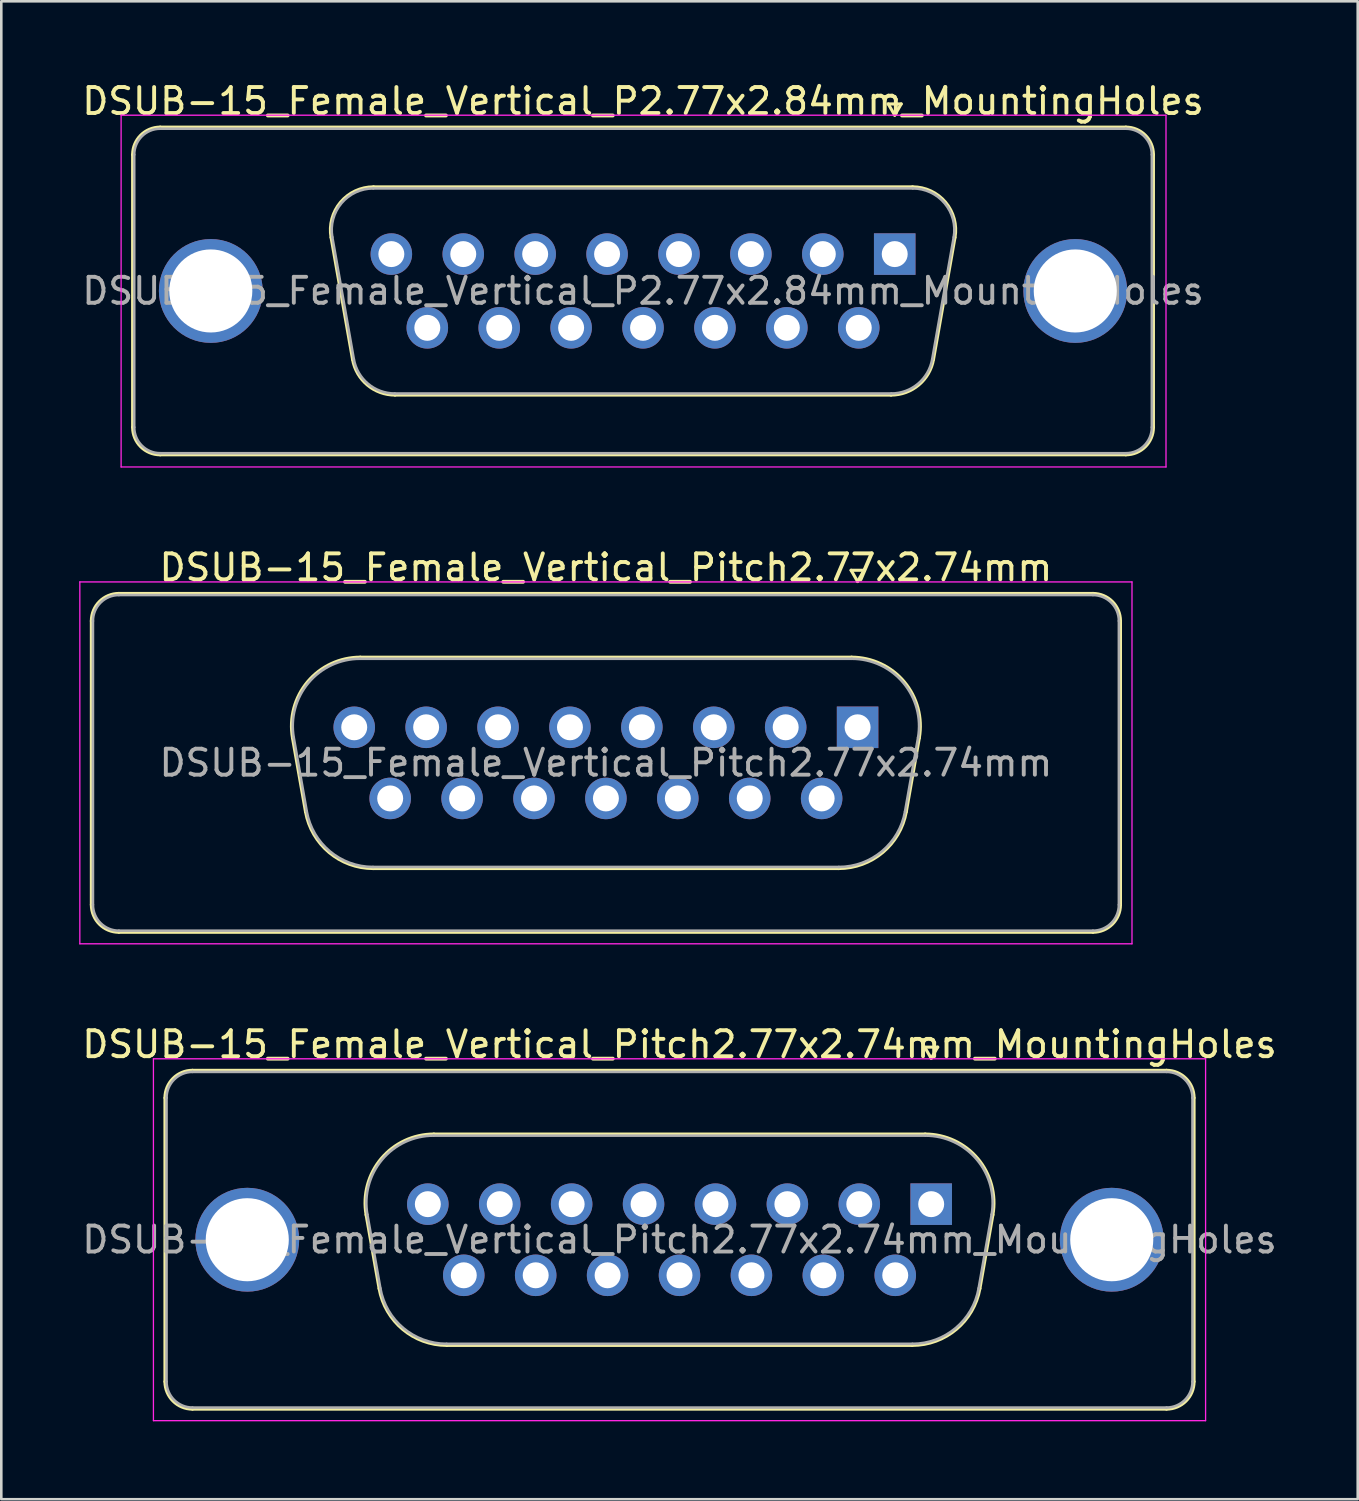
<source format=kicad_pcb>
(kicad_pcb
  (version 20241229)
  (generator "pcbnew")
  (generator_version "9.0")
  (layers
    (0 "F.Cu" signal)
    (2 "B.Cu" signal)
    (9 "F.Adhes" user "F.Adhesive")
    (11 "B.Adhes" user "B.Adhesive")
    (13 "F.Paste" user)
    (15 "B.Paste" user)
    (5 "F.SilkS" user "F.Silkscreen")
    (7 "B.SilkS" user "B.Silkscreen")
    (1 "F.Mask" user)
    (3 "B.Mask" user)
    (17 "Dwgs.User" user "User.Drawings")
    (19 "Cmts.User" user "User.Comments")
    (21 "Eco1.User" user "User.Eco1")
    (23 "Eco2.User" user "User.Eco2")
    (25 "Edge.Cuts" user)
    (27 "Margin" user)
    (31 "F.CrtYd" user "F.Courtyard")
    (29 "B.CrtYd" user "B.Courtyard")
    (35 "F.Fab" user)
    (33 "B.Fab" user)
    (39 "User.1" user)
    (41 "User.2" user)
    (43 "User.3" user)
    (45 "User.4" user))
  (footprint "DSUB-15_Female_Vertical_P2.77x2.84mm_MountingHoles"
    (layer "F.Cu")
    (at 31.415 6.738)
    (property "Reference" "DSUB-15_Female_Vertical_P2.77x2.84mm_MountingHoles" (at -9.695 -5.89 0) (layer "F.SilkS") (effects (font (size 1 1) (thickness 0.15))))
    (attr through_hole)
    (fp_line (start -29.355 6.67) (end -29.355 -3.83) (stroke (width 0.12) (type solid)) (layer "F.SilkS"))
    (fp_line (start -28.295 -4.89) (end 8.905 -4.89) (stroke (width 0.12) (type solid)) (layer "F.SilkS"))
    (fp_line (start -21.711 -0.642) (end -20.883 4.058) (stroke (width 0.12) (type solid)) (layer "F.SilkS"))
    (fp_line (start -20.077 -2.59) (end 0.687 -2.59) (stroke (width 0.12) (type solid)) (layer "F.SilkS"))
    (fp_line (start -19.248 5.43) (end -0.142 5.43) (stroke (width 0.12) (type solid)) (layer "F.SilkS"))
    (fp_line (start -0.25 -5.784) (end 0.25 -5.784) (stroke (width 0.12) (type solid)) (layer "F.SilkS"))
    (fp_line (start 0 -5.351) (end -0.25 -5.784) (stroke (width 0.12) (type solid)) (layer "F.SilkS"))
    (fp_line (start 0.25 -5.784) (end 0 -5.351) (stroke (width 0.12) (type solid)) (layer "F.SilkS"))
    (fp_line (start 2.321 -0.642) (end 1.493 4.058) (stroke (width 0.12) (type solid)) (layer "F.SilkS"))
    (fp_line (start 8.905 7.73) (end -28.295 7.73) (stroke (width 0.12) (type solid)) (layer "F.SilkS"))
    (fp_line (start 9.965 -3.83) (end 9.965 6.67) (stroke (width 0.12) (type solid)) (layer "F.SilkS"))
    (fp_arc (start -29.355 -3.83) (mid -29.044533 -4.579533) (end -28.295 -4.89) (stroke (width 0.12) (type solid)) (layer "F.SilkS"))
    (fp_arc (start -28.295 7.73) (mid -29.044533 7.419533) (end -29.355 6.67) (stroke (width 0.12) (type solid)) (layer "F.SilkS"))
    (fp_arc (start -21.71147 -0.641744) (mid -21.348323 -1.997028) (end -20.076689 -2.59) (stroke (width 0.12) (type solid)) (layer "F.SilkS"))
    (fp_arc (start -19.247952 5.43) (mid -20.314979 5.041634) (end -20.882733 4.058256) (stroke (width 0.12) (type solid)) (layer "F.SilkS"))
    (fp_arc (start 0.686689 -2.59) (mid 1.958323 -1.997027) (end 2.32147 -0.641744) (stroke (width 0.12) (type solid)) (layer "F.SilkS"))
    (fp_arc (start 1.492733 4.058256) (mid 0.92498 5.041634) (end -0.142048 5.43) (stroke (width 0.12) (type solid)) (layer "F.SilkS"))
    (fp_arc (start 8.905 -4.89) (mid 9.654533 -4.579533) (end 9.965 -3.83) (stroke (width 0.12) (type solid)) (layer "F.SilkS"))
    (fp_arc (start 9.965 6.67) (mid 9.654533 7.419533) (end 8.905 7.73) (stroke (width 0.12) (type solid)) (layer "F.SilkS"))
    (fp_line (start -29.8 -5.35) (end -29.8 8.2) (stroke (width 0.05) (type solid)) (layer "F.CrtYd"))
    (fp_line (start -29.8 8.2) (end 10.45 8.2) (stroke (width 0.05) (type solid)) (layer "F.CrtYd"))
    (fp_line (start 10.45 -5.35) (end -29.8 -5.35) (stroke (width 0.05) (type solid)) (layer "F.CrtYd"))
    (fp_line (start 10.45 8.2) (end 10.45 -5.35) (stroke (width 0.05) (type solid)) (layer "F.CrtYd"))
    (fp_line (start -29.295 6.67) (end -29.295 -3.83) (stroke (width 0.1) (type solid)) (layer "F.Fab"))
    (fp_line (start -28.295 -4.83) (end 8.905 -4.83) (stroke (width 0.1) (type solid)) (layer "F.Fab"))
    (fp_line (start -21.664 -0.652) (end -20.835 4.048) (stroke (width 0.1) (type solid)) (layer "F.Fab"))
    (fp_line (start -20.088 -2.53) (end 0.698 -2.53) (stroke (width 0.1) (type solid)) (layer "F.Fab"))
    (fp_line (start -19.259 5.37) (end -0.131 5.37) (stroke (width 0.1) (type solid)) (layer "F.Fab"))
    (fp_line (start 2.274 -0.652) (end 1.445 4.048) (stroke (width 0.1) (type solid)) (layer "F.Fab"))
    (fp_line (start 8.905 7.67) (end -28.295 7.67) (stroke (width 0.1) (type solid)) (layer "F.Fab"))
    (fp_line (start 9.905 -3.83) (end 9.905 6.67) (stroke (width 0.1) (type solid)) (layer "F.Fab"))
    (fp_arc (start -29.295 -3.83) (mid -29.002107 -4.537107) (end -28.295 -4.83) (stroke (width 0.1) (type solid)) (layer "F.Fab"))
    (fp_arc (start -28.295 7.67) (mid -29.002107 7.377107) (end -29.295 6.67) (stroke (width 0.1) (type solid)) (layer "F.Fab"))
    (fp_arc (start -21.663886 -0.652163) (mid -21.313865 -1.95846) (end -20.088194 -2.53) (stroke (width 0.1) (type solid)) (layer "F.Fab"))
    (fp_arc (start -19.259457 5.37) (mid -20.287917 4.995671) (end -20.835149 4.047837) (stroke (width 0.1) (type solid)) (layer "F.Fab"))
    (fp_arc (start 0.698194 -2.53) (mid 1.923865 -1.95846) (end 2.273886 -0.652163) (stroke (width 0.1) (type solid)) (layer "F.Fab"))
    (fp_arc (start 1.445149 4.047837) (mid 0.897917 4.995671) (end -0.130543 5.37) (stroke (width 0.1) (type solid)) (layer "F.Fab"))
    (fp_arc (start 8.905 -4.83) (mid 9.612107 -4.537107) (end 9.905 -3.83) (stroke (width 0.1) (type solid)) (layer "F.Fab"))
    (fp_arc (start 9.905 6.67) (mid 9.612107 7.377107) (end 8.905 7.67) (stroke (width 0.1) (type solid)) (layer "F.Fab"))
    (fp_text user "${REFERENCE}" (at -9.695 1.42 0) (layer "F.Fab") (effects (font (size 1 1) (thickness 0.15))))
    (pad "0" thru_hole circle (at -26.345 1.42) (size 4 4) (drill 3.2) (layers "*.Cu" "*.Mask"))
    (pad "0" thru_hole circle (at 6.955 1.42) (size 4 4) (drill 3.2) (layers "*.Cu" "*.Mask"))
    (pad "1" thru_hole rect (at 0 0) (size 1.6 1.6) (drill 1) (layers "*.Cu" "*.Mask"))
    (pad "2" thru_hole circle (at -2.77 0) (size 1.6 1.6) (drill 1) (layers "*.Cu" "*.Mask"))
    (pad "3" thru_hole circle (at -5.54 0) (size 1.6 1.6) (drill 1) (layers "*.Cu" "*.Mask"))
    (pad "4" thru_hole circle (at -8.31 0) (size 1.6 1.6) (drill 1) (layers "*.Cu" "*.Mask"))
    (pad "5" thru_hole circle (at -11.08 0) (size 1.6 1.6) (drill 1) (layers "*.Cu" "*.Mask"))
    (pad "6" thru_hole circle (at -13.85 0) (size 1.6 1.6) (drill 1) (layers "*.Cu" "*.Mask"))
    (pad "7" thru_hole circle (at -16.62 0) (size 1.6 1.6) (drill 1) (layers "*.Cu" "*.Mask"))
    (pad "8" thru_hole circle (at -19.39 0) (size 1.6 1.6) (drill 1) (layers "*.Cu" "*.Mask"))
    (pad "9" thru_hole circle (at -1.385 2.84) (size 1.6 1.6) (drill 1) (layers "*.Cu" "*.Mask"))
    (pad "10" thru_hole circle (at -4.155 2.84) (size 1.6 1.6) (drill 1) (layers "*.Cu" "*.Mask"))
    (pad "11" thru_hole circle (at -6.925 2.84) (size 1.6 1.6) (drill 1) (layers "*.Cu" "*.Mask"))
    (pad "12" thru_hole circle (at -9.695 2.84) (size 1.6 1.6) (drill 1) (layers "*.Cu" "*.Mask"))
    (pad "13" thru_hole circle (at -12.465 2.84) (size 1.6 1.6) (drill 1) (layers "*.Cu" "*.Mask"))
    (pad "14" thru_hole circle (at -15.235 2.84) (size 1.6 1.6) (drill 1) (layers "*.Cu" "*.Mask"))
    (pad "15" thru_hole circle (at -18.005 2.84) (size 1.6 1.6) (drill 1) (layers "*.Cu" "*.Mask")))
  (footprint "DSUB-15_Female_Vertical_Pitch2.77x2.74mm_MountingHoles"
    (layer "F.Cu")
    (at 32.82 43.335)
    (property "Reference" "DSUB-15_Female_Vertical_Pitch2.77x2.74mm_MountingHoles" (at -9.695 -6.155 0) (layer "F.SilkS") (effects (font (size 1 1) (thickness 0.15))))
    (attr through_hole)
    (fp_line (start -29.515 6.835) (end -29.515 -4.095) (stroke (width 0.12) (type solid)) (layer "F.SilkS"))
    (fp_line (start -28.455 -5.155) (end 9.065 -5.155) (stroke (width 0.12) (type solid)) (layer "F.SilkS"))
    (fp_line (start -21.767 0.41) (end -21.266 3.25) (stroke (width 0.12) (type solid)) (layer "F.SilkS"))
    (fp_line (start -19.157 -2.7) (end -0.233 -2.7) (stroke (width 0.12) (type solid)) (layer "F.SilkS"))
    (fp_line (start -18.656 5.44) (end -0.734 5.44) (stroke (width 0.12) (type solid)) (layer "F.SilkS"))
    (fp_line (start -0.25 -6.049) (end 0.25 -6.049) (stroke (width 0.12) (type solid)) (layer "F.SilkS"))
    (fp_line (start 0 -5.616) (end -0.25 -6.049) (stroke (width 0.12) (type solid)) (layer "F.SilkS"))
    (fp_line (start 0.25 -6.049) (end 0 -5.616) (stroke (width 0.12) (type solid)) (layer "F.SilkS"))
    (fp_line (start 2.377 0.41) (end 1.876 3.25) (stroke (width 0.12) (type solid)) (layer "F.SilkS"))
    (fp_line (start 9.065 7.895) (end -28.455 7.895) (stroke (width 0.12) (type solid)) (layer "F.SilkS"))
    (fp_line (start 10.125 -4.095) (end 10.125 6.835) (stroke (width 0.12) (type solid)) (layer "F.SilkS"))
    (fp_arc (start -29.515 -4.095) (mid -29.204533 -4.844533) (end -28.455 -5.155) (stroke (width 0.12) (type solid)) (layer "F.SilkS"))
    (fp_arc (start -28.455 7.895) (mid -29.204533 7.584533) (end -29.515 6.835) (stroke (width 0.12) (type solid)) (layer "F.SilkS"))
    (fp_arc (start -21.766594 0.410168) (mid -21.186871 -1.753387) (end -19.156853 -2.7) (stroke (width 0.12) (type solid)) (layer "F.SilkS"))
    (fp_arc (start -18.656084 5.44) (mid -20.359471 4.820018) (end -21.265825 3.250168) (stroke (width 0.12) (type solid)) (layer "F.SilkS"))
    (fp_arc (start -0.233147 -2.7) (mid 1.796871 -1.753387) (end 2.376594 0.410168) (stroke (width 0.12) (type solid)) (layer "F.SilkS"))
    (fp_arc (start 1.875825 3.250168) (mid 0.969471 4.820018) (end -0.733916 5.44) (stroke (width 0.12) (type solid)) (layer "F.SilkS"))
    (fp_arc (start 9.065 -5.155) (mid 9.814533 -4.844533) (end 10.125 -4.095) (stroke (width 0.12) (type solid)) (layer "F.SilkS"))
    (fp_arc (start 10.125 6.835) (mid 9.814533 7.584533) (end 9.065 7.895) (stroke (width 0.12) (type solid)) (layer "F.SilkS"))
    (fp_line (start -29.96 -5.6) (end -29.96 8.34) (stroke (width 0.05) (type solid)) (layer "F.CrtYd"))
    (fp_line (start -29.96 8.34) (end 10.57 8.34) (stroke (width 0.05) (type solid)) (layer "F.CrtYd"))
    (fp_line (start 10.57 -5.6) (end -29.96 -5.6) (stroke (width 0.05) (type solid)) (layer "F.CrtYd"))
    (fp_line (start 10.57 8.34) (end 10.57 -5.6) (stroke (width 0.05) (type solid)) (layer "F.CrtYd"))
    (fp_line (start -29.455 6.835) (end -29.455 -4.095) (stroke (width 0.1) (type solid)) (layer "F.Fab"))
    (fp_line (start -28.455 -5.095) (end 9.065 -5.095) (stroke (width 0.1) (type solid)) (layer "F.Fab"))
    (fp_line (start -21.719 0.4) (end -21.218 3.24) (stroke (width 0.1) (type solid)) (layer "F.Fab"))
    (fp_line (start -19.168 -2.64) (end -0.222 -2.64) (stroke (width 0.1) (type solid)) (layer "F.Fab"))
    (fp_line (start -18.668 5.38) (end -0.722 5.38) (stroke (width 0.1) (type solid)) (layer "F.Fab"))
    (fp_line (start 2.329 0.4) (end 1.828 3.24) (stroke (width 0.1) (type solid)) (layer "F.Fab"))
    (fp_line (start 9.065 7.835) (end -28.455 7.835) (stroke (width 0.1) (type solid)) (layer "F.Fab"))
    (fp_line (start 10.065 -4.095) (end 10.065 6.835) (stroke (width 0.1) (type solid)) (layer "F.Fab"))
    (fp_arc (start -29.455 -4.095) (mid -29.162107 -4.802107) (end -28.455 -5.095) (stroke (width 0.1) (type solid)) (layer "F.Fab"))
    (fp_arc (start -28.455 7.835) (mid -29.162107 7.542107) (end -29.455 6.835) (stroke (width 0.1) (type solid)) (layer "F.Fab"))
    (fp_arc (start -21.71901 0.399749) (mid -21.152413 -1.71482) (end -19.168358 -2.64) (stroke (width 0.1) (type solid)) (layer "F.Fab"))
    (fp_arc (start -18.66759 5.38) (mid -20.33241 4.774055) (end -21.218242 3.239749) (stroke (width 0.1) (type solid)) (layer "F.Fab"))
    (fp_arc (start -0.221642 -2.64) (mid 1.762413 -1.71482) (end 2.32901 0.399749) (stroke (width 0.1) (type solid)) (layer "F.Fab"))
    (fp_arc (start 1.828242 3.239749) (mid 0.94241 4.774055) (end -0.72241 5.38) (stroke (width 0.1) (type solid)) (layer "F.Fab"))
    (fp_arc (start 9.065 -5.095) (mid 9.772107 -4.802107) (end 10.065 -4.095) (stroke (width 0.1) (type solid)) (layer "F.Fab"))
    (fp_arc (start 10.065 6.835) (mid 9.772107 7.542107) (end 9.065 7.835) (stroke (width 0.1) (type solid)) (layer "F.Fab"))
    (fp_text user "${REFERENCE}" (at -9.695 1.37 0) (layer "F.Fab") (effects (font (size 1 1) (thickness 0.15))))
    (pad "0" thru_hole circle (at -26.345 1.37) (size 4 4) (drill 3.2) (layers "*.Cu" "*.Mask"))
    (pad "0" thru_hole circle (at 6.955 1.37) (size 4 4) (drill 3.2) (layers "*.Cu" "*.Mask"))
    (pad "1" thru_hole rect (at 0 0) (size 1.6 1.6) (drill 1) (layers "*.Cu" "*.Mask"))
    (pad "2" thru_hole circle (at -2.77 0) (size 1.6 1.6) (drill 1) (layers "*.Cu" "*.Mask"))
    (pad "3" thru_hole circle (at -5.54 0) (size 1.6 1.6) (drill 1) (layers "*.Cu" "*.Mask"))
    (pad "4" thru_hole circle (at -8.31 0) (size 1.6 1.6) (drill 1) (layers "*.Cu" "*.Mask"))
    (pad "5" thru_hole circle (at -11.08 0) (size 1.6 1.6) (drill 1) (layers "*.Cu" "*.Mask"))
    (pad "6" thru_hole circle (at -13.85 0) (size 1.6 1.6) (drill 1) (layers "*.Cu" "*.Mask"))
    (pad "7" thru_hole circle (at -16.62 0) (size 1.6 1.6) (drill 1) (layers "*.Cu" "*.Mask"))
    (pad "8" thru_hole circle (at -19.39 0) (size 1.6 1.6) (drill 1) (layers "*.Cu" "*.Mask"))
    (pad "9" thru_hole circle (at -1.385 2.74) (size 1.6 1.6) (drill 1) (layers "*.Cu" "*.Mask"))
    (pad "10" thru_hole circle (at -4.155 2.74) (size 1.6 1.6) (drill 1) (layers "*.Cu" "*.Mask"))
    (pad "11" thru_hole circle (at -6.925 2.74) (size 1.6 1.6) (drill 1) (layers "*.Cu" "*.Mask"))
    (pad "12" thru_hole circle (at -9.695 2.74) (size 1.6 1.6) (drill 1) (layers "*.Cu" "*.Mask"))
    (pad "13" thru_hole circle (at -12.465 2.74) (size 1.6 1.6) (drill 1) (layers "*.Cu" "*.Mask"))
    (pad "14" thru_hole circle (at -15.235 2.74) (size 1.6 1.6) (drill 1) (layers "*.Cu" "*.Mask"))
    (pad "15" thru_hole circle (at -18.005 2.74) (size 1.6 1.6) (drill 1) (layers "*.Cu" "*.Mask")))
  (footprint "DSUB-15_Female_Vertical_Pitch2.77x2.74mm"
    (layer "F.Cu")
    (at 29.985 24.966)
    (property "Reference" "DSUB-15_Female_Vertical_Pitch2.77x2.74mm" (at -9.695 -6.155 0) (layer "F.SilkS") (effects (font (size 1 1) (thickness 0.15))))
    (attr through_hole)
    (fp_line (start -29.515 6.835) (end -29.515 -4.095) (stroke (width 0.12) (type solid)) (layer "F.SilkS"))
    (fp_line (start -28.455 -5.155) (end 9.065 -5.155) (stroke (width 0.12) (type solid)) (layer "F.SilkS"))
    (fp_line (start -21.767 0.41) (end -21.266 3.25) (stroke (width 0.12) (type solid)) (layer "F.SilkS"))
    (fp_line (start -19.157 -2.7) (end -0.233 -2.7) (stroke (width 0.12) (type solid)) (layer "F.SilkS"))
    (fp_line (start -18.656 5.44) (end -0.734 5.44) (stroke (width 0.12) (type solid)) (layer "F.SilkS"))
    (fp_line (start -0.25 -6.049) (end 0.25 -6.049) (stroke (width 0.12) (type solid)) (layer "F.SilkS"))
    (fp_line (start 0 -5.616) (end -0.25 -6.049) (stroke (width 0.12) (type solid)) (layer "F.SilkS"))
    (fp_line (start 0.25 -6.049) (end 0 -5.616) (stroke (width 0.12) (type solid)) (layer "F.SilkS"))
    (fp_line (start 2.377 0.41) (end 1.876 3.25) (stroke (width 0.12) (type solid)) (layer "F.SilkS"))
    (fp_line (start 9.065 7.895) (end -28.455 7.895) (stroke (width 0.12) (type solid)) (layer "F.SilkS"))
    (fp_line (start 10.125 -4.095) (end 10.125 6.835) (stroke (width 0.12) (type solid)) (layer "F.SilkS"))
    (fp_arc (start -29.515 -4.095) (mid -29.204533 -4.844533) (end -28.455 -5.155) (stroke (width 0.12) (type solid)) (layer "F.SilkS"))
    (fp_arc (start -28.455 7.895) (mid -29.204533 7.584533) (end -29.515 6.835) (stroke (width 0.12) (type solid)) (layer "F.SilkS"))
    (fp_arc (start -21.766594 0.410168) (mid -21.186871 -1.753387) (end -19.156853 -2.7) (stroke (width 0.12) (type solid)) (layer "F.SilkS"))
    (fp_arc (start -18.656084 5.44) (mid -20.359471 4.820018) (end -21.265825 3.250168) (stroke (width 0.12) (type solid)) (layer "F.SilkS"))
    (fp_arc (start -0.233147 -2.7) (mid 1.796871 -1.753387) (end 2.376594 0.410168) (stroke (width 0.12) (type solid)) (layer "F.SilkS"))
    (fp_arc (start 1.875825 3.250168) (mid 0.969471 4.820018) (end -0.733916 5.44) (stroke (width 0.12) (type solid)) (layer "F.SilkS"))
    (fp_arc (start 9.065 -5.155) (mid 9.814533 -4.844533) (end 10.125 -4.095) (stroke (width 0.12) (type solid)) (layer "F.SilkS"))
    (fp_arc (start 10.125 6.835) (mid 9.814533 7.584533) (end 9.065 7.895) (stroke (width 0.12) (type solid)) (layer "F.SilkS"))
    (fp_line (start -29.96 -5.6) (end -29.96 8.34) (stroke (width 0.05) (type solid)) (layer "F.CrtYd"))
    (fp_line (start -29.96 8.34) (end 10.57 8.34) (stroke (width 0.05) (type solid)) (layer "F.CrtYd"))
    (fp_line (start 10.57 -5.6) (end -29.96 -5.6) (stroke (width 0.05) (type solid)) (layer "F.CrtYd"))
    (fp_line (start 10.57 8.34) (end 10.57 -5.6) (stroke (width 0.05) (type solid)) (layer "F.CrtYd"))
    (fp_line (start -29.455 6.835) (end -29.455 -4.095) (stroke (width 0.1) (type solid)) (layer "F.Fab"))
    (fp_line (start -28.455 -5.095) (end 9.065 -5.095) (stroke (width 0.1) (type solid)) (layer "F.Fab"))
    (fp_line (start -21.719 0.4) (end -21.218 3.24) (stroke (width 0.1) (type solid)) (layer "F.Fab"))
    (fp_line (start -19.168 -2.64) (end -0.222 -2.64) (stroke (width 0.1) (type solid)) (layer "F.Fab"))
    (fp_line (start -18.668 5.38) (end -0.722 5.38) (stroke (width 0.1) (type solid)) (layer "F.Fab"))
    (fp_line (start 2.329 0.4) (end 1.828 3.24) (stroke (width 0.1) (type solid)) (layer "F.Fab"))
    (fp_line (start 9.065 7.835) (end -28.455 7.835) (stroke (width 0.1) (type solid)) (layer "F.Fab"))
    (fp_line (start 10.065 -4.095) (end 10.065 6.835) (stroke (width 0.1) (type solid)) (layer "F.Fab"))
    (fp_arc (start -29.455 -4.095) (mid -29.162107 -4.802107) (end -28.455 -5.095) (stroke (width 0.1) (type solid)) (layer "F.Fab"))
    (fp_arc (start -28.455 7.835) (mid -29.162107 7.542107) (end -29.455 6.835) (stroke (width 0.1) (type solid)) (layer "F.Fab"))
    (fp_arc (start -21.71901 0.399749) (mid -21.152413 -1.71482) (end -19.168358 -2.64) (stroke (width 0.1) (type solid)) (layer "F.Fab"))
    (fp_arc (start -18.66759 5.38) (mid -20.33241 4.774055) (end -21.218242 3.239749) (stroke (width 0.1) (type solid)) (layer "F.Fab"))
    (fp_arc (start -0.221642 -2.64) (mid 1.762413 -1.71482) (end 2.32901 0.399749) (stroke (width 0.1) (type solid)) (layer "F.Fab"))
    (fp_arc (start 1.828242 3.239749) (mid 0.94241 4.774055) (end -0.72241 5.38) (stroke (width 0.1) (type solid)) (layer "F.Fab"))
    (fp_arc (start 9.065 -5.095) (mid 9.772107 -4.802107) (end 10.065 -4.095) (stroke (width 0.1) (type solid)) (layer "F.Fab"))
    (fp_arc (start 10.065 6.835) (mid 9.772107 7.542107) (end 9.065 7.835) (stroke (width 0.1) (type solid)) (layer "F.Fab"))
    (fp_text user "${REFERENCE}" (at -9.695 1.37 0) (layer "F.Fab") (effects (font (size 1 1) (thickness 0.15))))
    (pad "1" thru_hole rect (at 0 0) (size 1.6 1.6) (drill 1) (layers "*.Cu" "*.Mask"))
    (pad "2" thru_hole circle (at -2.77 0) (size 1.6 1.6) (drill 1) (layers "*.Cu" "*.Mask"))
    (pad "3" thru_hole circle (at -5.54 0) (size 1.6 1.6) (drill 1) (layers "*.Cu" "*.Mask"))
    (pad "4" thru_hole circle (at -8.31 0) (size 1.6 1.6) (drill 1) (layers "*.Cu" "*.Mask"))
    (pad "5" thru_hole circle (at -11.08 0) (size 1.6 1.6) (drill 1) (layers "*.Cu" "*.Mask"))
    (pad "6" thru_hole circle (at -13.85 0) (size 1.6 1.6) (drill 1) (layers "*.Cu" "*.Mask"))
    (pad "7" thru_hole circle (at -16.62 0) (size 1.6 1.6) (drill 1) (layers "*.Cu" "*.Mask"))
    (pad "8" thru_hole circle (at -19.39 0) (size 1.6 1.6) (drill 1) (layers "*.Cu" "*.Mask"))
    (pad "9" thru_hole circle (at -1.385 2.74) (size 1.6 1.6) (drill 1) (layers "*.Cu" "*.Mask"))
    (pad "10" thru_hole circle (at -4.155 2.74) (size 1.6 1.6) (drill 1) (layers "*.Cu" "*.Mask"))
    (pad "11" thru_hole circle (at -6.925 2.74) (size 1.6 1.6) (drill 1) (layers "*.Cu" "*.Mask"))
    (pad "12" thru_hole circle (at -9.695 2.74) (size 1.6 1.6) (drill 1) (layers "*.Cu" "*.Mask"))
    (pad "13" thru_hole circle (at -12.465 2.74) (size 1.6 1.6) (drill 1) (layers "*.Cu" "*.Mask"))
    (pad "14" thru_hole circle (at -15.235 2.74) (size 1.6 1.6) (drill 1) (layers "*.Cu" "*.Mask"))
    (pad "15" thru_hole circle (at -18.005 2.74) (size 1.6 1.6) (drill 1) (layers "*.Cu" "*.Mask")))
  (gr_rect
    (start -3 -3)
    (end 49.25 54.7)
    (stroke (width 0.1) (type default))
    (fill no)
    (layer "Edge.Cuts")))
</source>
